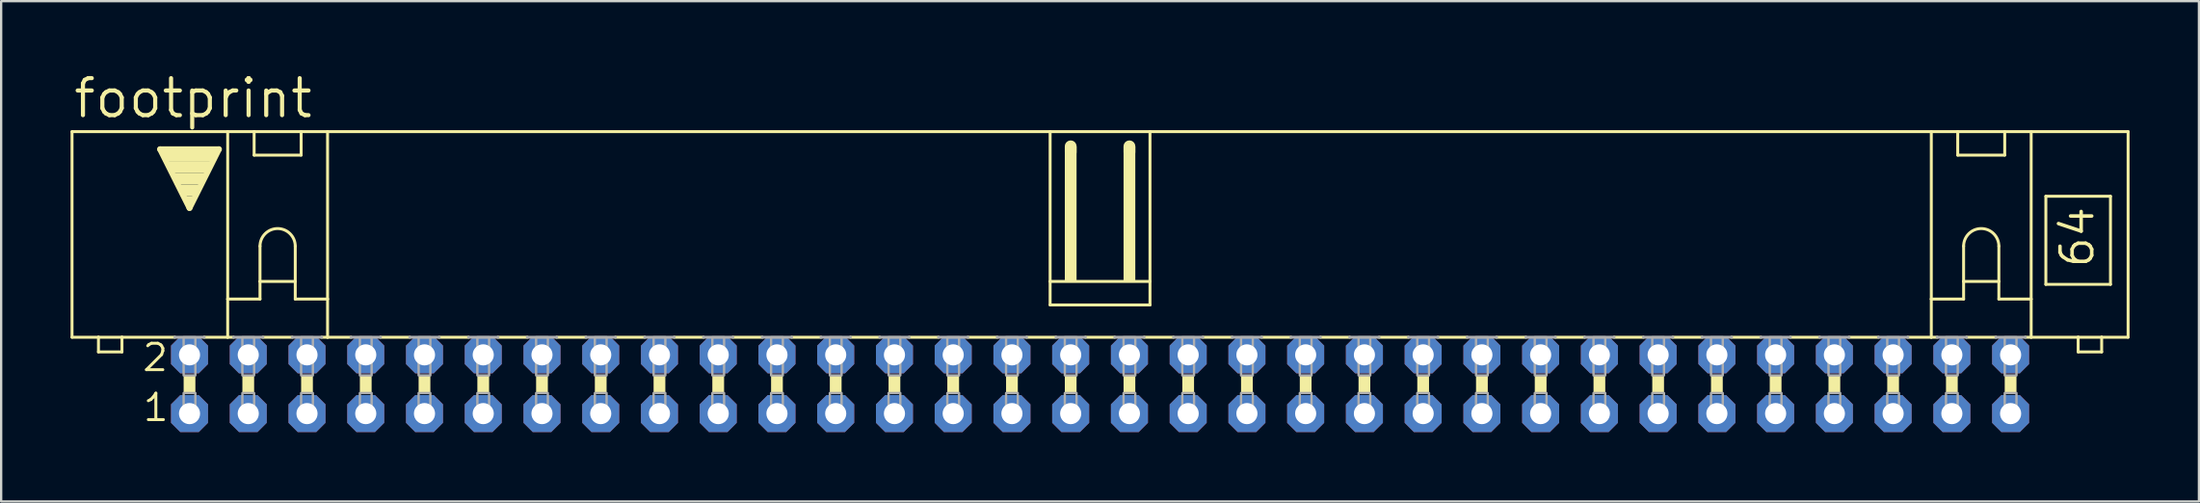
<source format=kicad_pcb>
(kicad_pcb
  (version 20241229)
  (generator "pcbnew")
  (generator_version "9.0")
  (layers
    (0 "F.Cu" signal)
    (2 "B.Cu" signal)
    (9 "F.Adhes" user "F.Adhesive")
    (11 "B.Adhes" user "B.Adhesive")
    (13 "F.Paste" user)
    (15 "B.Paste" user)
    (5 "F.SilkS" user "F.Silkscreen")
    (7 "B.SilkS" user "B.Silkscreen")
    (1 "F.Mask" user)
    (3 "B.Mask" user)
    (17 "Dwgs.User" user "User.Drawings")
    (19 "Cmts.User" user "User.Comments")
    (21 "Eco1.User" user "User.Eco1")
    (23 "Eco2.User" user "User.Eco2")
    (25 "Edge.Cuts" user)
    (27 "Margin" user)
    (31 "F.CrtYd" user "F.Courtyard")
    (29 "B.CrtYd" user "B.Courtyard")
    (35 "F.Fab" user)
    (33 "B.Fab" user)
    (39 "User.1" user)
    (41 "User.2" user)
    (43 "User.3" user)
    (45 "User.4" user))
  (footprint "footprint"
    (layer "F.Cu")
    (at 44.514 13.564)
    (property "Reference" "footprint" (at -44.475 -11.43 0) (layer "F.SilkS") (effects (font (size 1.6 1.6) (thickness 0.178)) (justify left bottom)))
    (fp_line (start -44.45 -2.032) (end -44.45 -10.922) (stroke (width 0.127) (type solid)) (layer "F.SilkS"))
    (fp_line (start -44.45 -2.032) (end -43.307 -2.032) (stroke (width 0.127) (type solid)) (layer "F.SilkS"))
    (fp_line (start -43.307 -2.032) (end -43.307 -1.397) (stroke (width 0.127) (type solid)) (layer "F.SilkS"))
    (fp_line (start -43.307 -2.032) (end -42.291 -2.032) (stroke (width 0.127) (type solid)) (layer "F.SilkS"))
    (fp_line (start -42.291 -2.032) (end -40.005 -2.032) (stroke (width 0.127) (type solid)) (layer "F.SilkS"))
    (fp_line (start -42.291 -1.397) (end -43.307 -1.397) (stroke (width 0.127) (type solid)) (layer "F.SilkS"))
    (fp_line (start -42.291 -1.397) (end -42.291 -2.032) (stroke (width 0.127) (type solid)) (layer "F.SilkS"))
    (fp_line (start -40.64 -10.16) (end -38.1 -10.16) (stroke (width 0.254) (type solid)) (layer "F.SilkS"))
    (fp_line (start -39.37 -7.62) (end -40.64 -10.16) (stroke (width 0.254) (type solid)) (layer "F.SilkS"))
    (fp_line (start -38.735 -2.032) (end -37.719 -2.032) (stroke (width 0.127) (type solid)) (layer "F.SilkS"))
    (fp_line (start -38.1 -10.16) (end -39.37 -7.62) (stroke (width 0.254) (type solid)) (layer "F.SilkS"))
    (fp_line (start -37.719 -10.922) (end -44.45 -10.922) (stroke (width 0.127) (type solid)) (layer "F.SilkS"))
    (fp_line (start -37.719 -10.922) (end -36.576 -10.922) (stroke (width 0.127) (type solid)) (layer "F.SilkS"))
    (fp_line (start -37.719 -3.683) (end -37.719 -10.922) (stroke (width 0.127) (type solid)) (layer "F.SilkS"))
    (fp_line (start -37.719 -3.683) (end -37.719 -2.032) (stroke (width 0.127) (type solid)) (layer "F.SilkS"))
    (fp_line (start -37.719 -3.683) (end -36.322 -3.683) (stroke (width 0.127) (type solid)) (layer "F.SilkS"))
    (fp_line (start -37.719 -2.032) (end -37.465 -2.032) (stroke (width 0.127) (type solid)) (layer "F.SilkS"))
    (fp_line (start -36.576 -10.922) (end -34.544 -10.922) (stroke (width 0.127) (type solid)) (layer "F.SilkS"))
    (fp_line (start -36.576 -9.906) (end -36.576 -10.922) (stroke (width 0.127) (type solid)) (layer "F.SilkS"))
    (fp_line (start -36.576 -9.906) (end -34.544 -9.906) (stroke (width 0.127) (type solid)) (layer "F.SilkS"))
    (fp_line (start -36.322 -5.969) (end -36.322 -4.445) (stroke (width 0.127) (type solid)) (layer "F.SilkS"))
    (fp_line (start -36.322 -4.445) (end -36.322 -3.683) (stroke (width 0.127) (type solid)) (layer "F.SilkS"))
    (fp_line (start -36.322 -4.445) (end -34.798 -4.445) (stroke (width 0.127) (type solid)) (layer "F.SilkS"))
    (fp_line (start -36.195 -2.032) (end -34.925 -2.032) (stroke (width 0.127) (type solid)) (layer "F.SilkS"))
    (fp_line (start -34.798 -5.969) (end -34.798 -4.445) (stroke (width 0.127) (type solid)) (layer "F.SilkS"))
    (fp_line (start -34.798 -4.445) (end -34.798 -3.683) (stroke (width 0.127) (type solid)) (layer "F.SilkS"))
    (fp_line (start -34.798 -3.683) (end -33.401 -3.683) (stroke (width 0.127) (type solid)) (layer "F.SilkS"))
    (fp_line (start -34.544 -10.922) (end -34.544 -9.906) (stroke (width 0.127) (type solid)) (layer "F.SilkS"))
    (fp_line (start -34.544 -10.922) (end -33.401 -10.922) (stroke (width 0.127) (type solid)) (layer "F.SilkS"))
    (fp_line (start -33.401 -10.922) (end -2.159 -10.922) (stroke (width 0.127) (type solid)) (layer "F.SilkS"))
    (fp_line (start -33.401 -3.683) (end -33.401 -10.922) (stroke (width 0.127) (type solid)) (layer "F.SilkS"))
    (fp_line (start -33.401 -3.683) (end -33.401 -2.032) (stroke (width 0.127) (type solid)) (layer "F.SilkS"))
    (fp_line (start -33.401 -2.032) (end -33.655 -2.032) (stroke (width 0.127) (type solid)) (layer "F.SilkS"))
    (fp_line (start -33.401 -2.032) (end -32.385 -2.032) (stroke (width 0.127) (type solid)) (layer "F.SilkS"))
    (fp_line (start -31.115 -2.032) (end -29.845 -2.032) (stroke (width 0.127) (type solid)) (layer "F.SilkS"))
    (fp_line (start -28.575 -2.032) (end -27.305 -2.032) (stroke (width 0.127) (type solid)) (layer "F.SilkS"))
    (fp_line (start -26.035 -2.032) (end -24.765 -2.032) (stroke (width 0.127) (type solid)) (layer "F.SilkS"))
    (fp_line (start -23.495 -2.032) (end -22.225 -2.032) (stroke (width 0.127) (type solid)) (layer "F.SilkS"))
    (fp_line (start -20.955 -2.032) (end -19.685 -2.032) (stroke (width 0.127) (type solid)) (layer "F.SilkS"))
    (fp_line (start -18.415 -2.032) (end -17.145 -2.032) (stroke (width 0.127) (type solid)) (layer "F.SilkS"))
    (fp_line (start -15.875 -2.032) (end -14.605 -2.032) (stroke (width 0.127) (type solid)) (layer "F.SilkS"))
    (fp_line (start -13.335 -2.032) (end -12.065 -2.032) (stroke (width 0.127) (type solid)) (layer "F.SilkS"))
    (fp_line (start -10.795 -2.032) (end -9.525 -2.032) (stroke (width 0.127) (type solid)) (layer "F.SilkS"))
    (fp_line (start -8.255 -2.032) (end -6.985 -2.032) (stroke (width 0.127) (type solid)) (layer "F.SilkS"))
    (fp_line (start -5.715 -2.032) (end -4.445 -2.032) (stroke (width 0.127) (type solid)) (layer "F.SilkS"))
    (fp_line (start -3.175 -2.032) (end -1.905 -2.032) (stroke (width 0.127) (type solid)) (layer "F.SilkS"))
    (fp_line (start -2.159 -10.922) (end -2.159 -4.445) (stroke (width 0.127) (type solid)) (layer "F.SilkS"))
    (fp_line (start -2.159 -10.922) (end 2.159 -10.922) (stroke (width 0.127) (type solid)) (layer "F.SilkS"))
    (fp_line (start -2.159 -4.445) (end -2.159 -3.429) (stroke (width 0.127) (type solid)) (layer "F.SilkS"))
    (fp_line (start -1.27 -10.033) (end -1.27 -10.287) (stroke (width 0.508) (type solid)) (layer "F.SilkS"))
    (fp_line (start -0.635 -2.032) (end 0.635 -2.032) (stroke (width 0.127) (type solid)) (layer "F.SilkS"))
    (fp_line (start 1.27 -10.033) (end 1.27 -10.287) (stroke (width 0.508) (type solid)) (layer "F.SilkS"))
    (fp_line (start 1.905 -2.032) (end 3.175 -2.032) (stroke (width 0.127) (type solid)) (layer "F.SilkS"))
    (fp_line (start 2.159 -10.922) (end 2.159 -4.445) (stroke (width 0.127) (type solid)) (layer "F.SilkS"))
    (fp_line (start 2.159 -10.922) (end 35.941 -10.922) (stroke (width 0.127) (type solid)) (layer "F.SilkS"))
    (fp_line (start 2.159 -4.445) (end -2.159 -4.445) (stroke (width 0.127) (type solid)) (layer "F.SilkS"))
    (fp_line (start 2.159 -4.445) (end 2.159 -3.429) (stroke (width 0.127) (type solid)) (layer "F.SilkS"))
    (fp_line (start 2.159 -3.429) (end -2.159 -3.429) (stroke (width 0.127) (type solid)) (layer "F.SilkS"))
    (fp_line (start 4.445 -2.032) (end 5.715 -2.032) (stroke (width 0.127) (type solid)) (layer "F.SilkS"))
    (fp_line (start 6.985 -2.032) (end 8.255 -2.032) (stroke (width 0.127) (type solid)) (layer "F.SilkS"))
    (fp_line (start 9.525 -2.032) (end 10.795 -2.032) (stroke (width 0.127) (type solid)) (layer "F.SilkS"))
    (fp_line (start 12.065 -2.032) (end 13.335 -2.032) (stroke (width 0.127) (type solid)) (layer "F.SilkS"))
    (fp_line (start 14.605 -2.032) (end 15.875 -2.032) (stroke (width 0.127) (type solid)) (layer "F.SilkS"))
    (fp_line (start 17.145 -2.032) (end 18.415 -2.032) (stroke (width 0.127) (type solid)) (layer "F.SilkS"))
    (fp_line (start 19.685 -2.032) (end 20.955 -2.032) (stroke (width 0.127) (type solid)) (layer "F.SilkS"))
    (fp_line (start 22.225 -2.032) (end 23.495 -2.032) (stroke (width 0.127) (type solid)) (layer "F.SilkS"))
    (fp_line (start 24.765 -2.032) (end 26.035 -2.032) (stroke (width 0.127) (type solid)) (layer "F.SilkS"))
    (fp_line (start 27.305 -2.032) (end 28.575 -2.032) (stroke (width 0.127) (type solid)) (layer "F.SilkS"))
    (fp_line (start 29.845 -2.032) (end 31.115 -2.032) (stroke (width 0.127) (type solid)) (layer "F.SilkS"))
    (fp_line (start 32.385 -2.032) (end 33.655 -2.032) (stroke (width 0.127) (type solid)) (layer "F.SilkS"))
    (fp_line (start 34.925 -2.032) (end 35.941 -2.032) (stroke (width 0.127) (type solid)) (layer "F.SilkS"))
    (fp_line (start 35.941 -10.922) (end 44.45 -10.922) (stroke (width 0.127) (type solid)) (layer "F.SilkS"))
    (fp_line (start 35.941 -3.683) (end 35.941 -10.922) (stroke (width 0.127) (type solid)) (layer "F.SilkS"))
    (fp_line (start 35.941 -3.683) (end 35.941 -2.032) (stroke (width 0.127) (type solid)) (layer "F.SilkS"))
    (fp_line (start 35.941 -3.683) (end 37.338 -3.683) (stroke (width 0.127) (type solid)) (layer "F.SilkS"))
    (fp_line (start 35.941 -2.032) (end 36.195 -2.032) (stroke (width 0.127) (type solid)) (layer "F.SilkS"))
    (fp_line (start 37.084 -9.906) (end 37.084 -10.922) (stroke (width 0.127) (type solid)) (layer "F.SilkS"))
    (fp_line (start 37.084 -9.906) (end 39.116 -9.906) (stroke (width 0.127) (type solid)) (layer "F.SilkS"))
    (fp_line (start 37.338 -5.969) (end 37.338 -4.445) (stroke (width 0.127) (type solid)) (layer "F.SilkS"))
    (fp_line (start 37.338 -4.445) (end 37.338 -3.683) (stroke (width 0.127) (type solid)) (layer "F.SilkS"))
    (fp_line (start 37.338 -4.445) (end 38.862 -4.445) (stroke (width 0.127) (type solid)) (layer "F.SilkS"))
    (fp_line (start 37.465 -2.032) (end 38.735 -2.032) (stroke (width 0.127) (type solid)) (layer "F.SilkS"))
    (fp_line (start 38.862 -5.969) (end 38.862 -4.445) (stroke (width 0.127) (type solid)) (layer "F.SilkS"))
    (fp_line (start 38.862 -4.445) (end 38.862 -3.683) (stroke (width 0.127) (type solid)) (layer "F.SilkS"))
    (fp_line (start 38.862 -3.683) (end 40.259 -3.683) (stroke (width 0.127) (type solid)) (layer "F.SilkS"))
    (fp_line (start 39.116 -10.922) (end 39.116 -9.906) (stroke (width 0.127) (type solid)) (layer "F.SilkS"))
    (fp_line (start 40.259 -3.683) (end 40.259 -10.922) (stroke (width 0.127) (type solid)) (layer "F.SilkS"))
    (fp_line (start 40.259 -3.683) (end 40.259 -2.032) (stroke (width 0.127) (type solid)) (layer "F.SilkS"))
    (fp_line (start 40.259 -2.032) (end 40.005 -2.032) (stroke (width 0.127) (type solid)) (layer "F.SilkS"))
    (fp_line (start 40.894 -8.128) (end 40.894 -4.318) (stroke (width 0.127) (type solid)) (layer "F.SilkS"))
    (fp_line (start 40.894 -8.128) (end 43.688 -8.128) (stroke (width 0.127) (type solid)) (layer "F.SilkS"))
    (fp_line (start 40.894 -4.318) (end 43.688 -4.318) (stroke (width 0.127) (type solid)) (layer "F.SilkS"))
    (fp_line (start 42.291 -2.032) (end 40.259 -2.032) (stroke (width 0.127) (type solid)) (layer "F.SilkS"))
    (fp_line (start 42.291 -2.032) (end 42.291 -1.397) (stroke (width 0.127) (type solid)) (layer "F.SilkS"))
    (fp_line (start 43.307 -2.032) (end 42.291 -2.032) (stroke (width 0.127) (type solid)) (layer "F.SilkS"))
    (fp_line (start 43.307 -1.397) (end 42.291 -1.397) (stroke (width 0.127) (type solid)) (layer "F.SilkS"))
    (fp_line (start 43.307 -1.397) (end 43.307 -2.032) (stroke (width 0.127) (type solid)) (layer "F.SilkS"))
    (fp_line (start 43.688 -4.318) (end 43.688 -8.128) (stroke (width 0.127) (type solid)) (layer "F.SilkS"))
    (fp_line (start 44.45 -2.032) (end 43.307 -2.032) (stroke (width 0.127) (type solid)) (layer "F.SilkS"))
    (fp_line (start 44.45 -2.032) (end 44.45 -10.922) (stroke (width 0.127) (type solid)) (layer "F.SilkS"))
    (fp_arc (start -36.322 -5.969) (mid -35.56 -6.731) (end -34.798 -5.969) (stroke (width 0.127) (type solid)) (layer "F.SilkS"))
    (fp_arc (start 37.338 -5.969) (mid 38.1 -6.731) (end 38.862 -5.969) (stroke (width 0.127) (type solid)) (layer "F.SilkS"))
    (fp_poly (pts (xy -40.513 -9.652) (xy -38.227 -9.652) (xy -38.227 -10.16) (xy -40.513 -10.16)) (stroke (width 0) (type solid)) (fill yes) (layer "F.SilkS"))
    (fp_poly (pts (xy -40.259 -9.144) (xy -38.481 -9.144) (xy -38.481 -9.652) (xy -40.259 -9.652)) (stroke (width 0) (type solid)) (fill yes) (layer "F.SilkS"))
    (fp_poly (pts (xy -40.005 -8.636) (xy -38.735 -8.636) (xy -38.735 -9.144) (xy -40.005 -9.144)) (stroke (width 0) (type solid)) (fill yes) (layer "F.SilkS"))
    (fp_poly (pts (xy -39.751 -8.128) (xy -38.989 -8.128) (xy -38.989 -8.636) (xy -39.751 -8.636)) (stroke (width 0) (type solid)) (fill yes) (layer "F.SilkS"))
    (fp_poly (pts (xy -39.624 0.381) (xy -39.116 0.381) (xy -39.116 -0.381) (xy -39.624 -0.381)) (stroke (width 0) (type solid)) (fill yes) (layer "F.SilkS"))
    (fp_poly (pts (xy -39.497 -7.874) (xy -39.243 -7.874) (xy -39.243 -8.128) (xy -39.497 -8.128)) (stroke (width 0) (type solid)) (fill yes) (layer "F.SilkS"))
    (fp_poly (pts (xy -37.084 0.381) (xy -36.576 0.381) (xy -36.576 -0.381) (xy -37.084 -0.381)) (stroke (width 0) (type solid)) (fill yes) (layer "F.SilkS"))
    (fp_poly (pts (xy -34.544 0.381) (xy -34.036 0.381) (xy -34.036 -0.381) (xy -34.544 -0.381)) (stroke (width 0) (type solid)) (fill yes) (layer "F.SilkS"))
    (fp_poly (pts (xy -32.004 0.381) (xy -31.496 0.381) (xy -31.496 -0.381) (xy -32.004 -0.381)) (stroke (width 0) (type solid)) (fill yes) (layer "F.SilkS"))
    (fp_poly (pts (xy -29.464 0.381) (xy -28.956 0.381) (xy -28.956 -0.381) (xy -29.464 -0.381)) (stroke (width 0) (type solid)) (fill yes) (layer "F.SilkS"))
    (fp_poly (pts (xy -26.924 0.381) (xy -26.416 0.381) (xy -26.416 -0.381) (xy -26.924 -0.381)) (stroke (width 0) (type solid)) (fill yes) (layer "F.SilkS"))
    (fp_poly (pts (xy -24.384 0.381) (xy -23.876 0.381) (xy -23.876 -0.381) (xy -24.384 -0.381)) (stroke (width 0) (type solid)) (fill yes) (layer "F.SilkS"))
    (fp_poly (pts (xy -21.844 0.381) (xy -21.336 0.381) (xy -21.336 -0.381) (xy -21.844 -0.381)) (stroke (width 0) (type solid)) (fill yes) (layer "F.SilkS"))
    (fp_poly (pts (xy -19.304 0.381) (xy -18.796 0.381) (xy -18.796 -0.381) (xy -19.304 -0.381)) (stroke (width 0) (type solid)) (fill yes) (layer "F.SilkS"))
    (fp_poly (pts (xy -16.764 0.381) (xy -16.256 0.381) (xy -16.256 -0.381) (xy -16.764 -0.381)) (stroke (width 0) (type solid)) (fill yes) (layer "F.SilkS"))
    (fp_poly (pts (xy -14.224 0.381) (xy -13.716 0.381) (xy -13.716 -0.381) (xy -14.224 -0.381)) (stroke (width 0) (type solid)) (fill yes) (layer "F.SilkS"))
    (fp_poly (pts (xy -11.684 0.381) (xy -11.176 0.381) (xy -11.176 -0.381) (xy -11.684 -0.381)) (stroke (width 0) (type solid)) (fill yes) (layer "F.SilkS"))
    (fp_poly (pts (xy -9.144 0.381) (xy -8.636 0.381) (xy -8.636 -0.381) (xy -9.144 -0.381)) (stroke (width 0) (type solid)) (fill yes) (layer "F.SilkS"))
    (fp_poly (pts (xy -6.604 0.381) (xy -6.096 0.381) (xy -6.096 -0.381) (xy -6.604 -0.381)) (stroke (width 0) (type solid)) (fill yes) (layer "F.SilkS"))
    (fp_poly (pts (xy -4.064 0.381) (xy -3.556 0.381) (xy -3.556 -0.381) (xy -4.064 -0.381)) (stroke (width 0) (type solid)) (fill yes) (layer "F.SilkS"))
    (fp_poly (pts (xy -1.524 -4.445) (xy -1.016 -4.445) (xy -1.016 -10.287) (xy -1.524 -10.287)) (stroke (width 0) (type solid)) (fill yes) (layer "F.SilkS"))
    (fp_poly (pts (xy -1.524 0.381) (xy -1.016 0.381) (xy -1.016 -0.381) (xy -1.524 -0.381)) (stroke (width 0) (type solid)) (fill yes) (layer "F.SilkS"))
    (fp_poly (pts (xy 1.016 -4.445) (xy 1.524 -4.445) (xy 1.524 -10.287) (xy 1.016 -10.287)) (stroke (width 0) (type solid)) (fill yes) (layer "F.SilkS"))
    (fp_poly (pts (xy 1.016 0.381) (xy 1.524 0.381) (xy 1.524 -0.381) (xy 1.016 -0.381)) (stroke (width 0) (type solid)) (fill yes) (layer "F.SilkS"))
    (fp_poly (pts (xy 3.556 0.381) (xy 4.064 0.381) (xy 4.064 -0.381) (xy 3.556 -0.381)) (stroke (width 0) (type solid)) (fill yes) (layer "F.SilkS"))
    (fp_poly (pts (xy 6.096 0.381) (xy 6.604 0.381) (xy 6.604 -0.381) (xy 6.096 -0.381)) (stroke (width 0) (type solid)) (fill yes) (layer "F.SilkS"))
    (fp_poly (pts (xy 8.636 0.381) (xy 9.144 0.381) (xy 9.144 -0.381) (xy 8.636 -0.381)) (stroke (width 0) (type solid)) (fill yes) (layer "F.SilkS"))
    (fp_poly (pts (xy 11.176 0.381) (xy 11.684 0.381) (xy 11.684 -0.381) (xy 11.176 -0.381)) (stroke (width 0) (type solid)) (fill yes) (layer "F.SilkS"))
    (fp_poly (pts (xy 13.716 0.381) (xy 14.224 0.381) (xy 14.224 -0.381) (xy 13.716 -0.381)) (stroke (width 0) (type solid)) (fill yes) (layer "F.SilkS"))
    (fp_poly (pts (xy 16.256 0.381) (xy 16.764 0.381) (xy 16.764 -0.381) (xy 16.256 -0.381)) (stroke (width 0) (type solid)) (fill yes) (layer "F.SilkS"))
    (fp_poly (pts (xy 18.796 0.381) (xy 19.304 0.381) (xy 19.304 -0.381) (xy 18.796 -0.381)) (stroke (width 0) (type solid)) (fill yes) (layer "F.SilkS"))
    (fp_poly (pts (xy 21.336 0.381) (xy 21.844 0.381) (xy 21.844 -0.381) (xy 21.336 -0.381)) (stroke (width 0) (type solid)) (fill yes) (layer "F.SilkS"))
    (fp_poly (pts (xy 23.876 0.381) (xy 24.384 0.381) (xy 24.384 -0.381) (xy 23.876 -0.381)) (stroke (width 0) (type solid)) (fill yes) (layer "F.SilkS"))
    (fp_poly (pts (xy 26.416 0.381) (xy 26.924 0.381) (xy 26.924 -0.381) (xy 26.416 -0.381)) (stroke (width 0) (type solid)) (fill yes) (layer "F.SilkS"))
    (fp_poly (pts (xy 28.956 0.381) (xy 29.464 0.381) (xy 29.464 -0.381) (xy 28.956 -0.381)) (stroke (width 0) (type solid)) (fill yes) (layer "F.SilkS"))
    (fp_poly (pts (xy 31.496 0.381) (xy 32.004 0.381) (xy 32.004 -0.381) (xy 31.496 -0.381)) (stroke (width 0) (type solid)) (fill yes) (layer "F.SilkS"))
    (fp_poly (pts (xy 34.036 0.381) (xy 34.544 0.381) (xy 34.544 -0.381) (xy 34.036 -0.381)) (stroke (width 0) (type solid)) (fill yes) (layer "F.SilkS"))
    (fp_poly (pts (xy 36.576 0.381) (xy 37.084 0.381) (xy 37.084 -0.381) (xy 36.576 -0.381)) (stroke (width 0) (type solid)) (fill yes) (layer "F.SilkS"))
    (fp_poly (pts (xy 39.116 0.381) (xy 39.624 0.381) (xy 39.624 -0.381) (xy 39.116 -0.381)) (stroke (width 0) (type solid)) (fill yes) (layer "F.SilkS"))
    (fp_line (start -40.005 -2.032) (end -38.735 -2.032) (stroke (width 0.127) (type solid)) (layer "F.Fab"))
    (fp_line (start -37.465 -2.032) (end -36.195 -2.032) (stroke (width 0.127) (type solid)) (layer "F.Fab"))
    (fp_line (start -34.925 -2.032) (end -33.655 -2.032) (stroke (width 0.127) (type solid)) (layer "F.Fab"))
    (fp_line (start -32.385 -2.032) (end -31.115 -2.032) (stroke (width 0.127) (type solid)) (layer "F.Fab"))
    (fp_line (start -29.845 -2.032) (end -28.575 -2.032) (stroke (width 0.127) (type solid)) (layer "F.Fab"))
    (fp_line (start -27.305 -2.032) (end -26.035 -2.032) (stroke (width 0.127) (type solid)) (layer "F.Fab"))
    (fp_line (start -24.765 -2.032) (end -23.495 -2.032) (stroke (width 0.127) (type solid)) (layer "F.Fab"))
    (fp_line (start -22.225 -2.032) (end -20.955 -2.032) (stroke (width 0.127) (type solid)) (layer "F.Fab"))
    (fp_line (start -19.685 -2.032) (end -18.415 -2.032) (stroke (width 0.127) (type solid)) (layer "F.Fab"))
    (fp_line (start -17.145 -2.032) (end -15.875 -2.032) (stroke (width 0.127) (type solid)) (layer "F.Fab"))
    (fp_line (start -14.605 -2.032) (end -13.335 -2.032) (stroke (width 0.127) (type solid)) (layer "F.Fab"))
    (fp_line (start -12.065 -2.032) (end -10.795 -2.032) (stroke (width 0.127) (type solid)) (layer "F.Fab"))
    (fp_line (start -9.525 -2.032) (end -8.255 -2.032) (stroke (width 0.127) (type solid)) (layer "F.Fab"))
    (fp_line (start -6.985 -2.032) (end -5.715 -2.032) (stroke (width 0.127) (type solid)) (layer "F.Fab"))
    (fp_line (start -4.445 -2.032) (end -3.175 -2.032) (stroke (width 0.127) (type solid)) (layer "F.Fab"))
    (fp_line (start -1.905 -2.032) (end -0.635 -2.032) (stroke (width 0.127) (type solid)) (layer "F.Fab"))
    (fp_line (start 0.635 -2.032) (end 1.905 -2.032) (stroke (width 0.127) (type solid)) (layer "F.Fab"))
    (fp_line (start 4.445 -2.032) (end 3.175 -2.032) (stroke (width 0.127) (type solid)) (layer "F.Fab"))
    (fp_line (start 6.985 -2.032) (end 5.715 -2.032) (stroke (width 0.127) (type solid)) (layer "F.Fab"))
    (fp_line (start 9.525 -2.032) (end 8.255 -2.032) (stroke (width 0.127) (type solid)) (layer "F.Fab"))
    (fp_line (start 12.065 -2.032) (end 10.795 -2.032) (stroke (width 0.127) (type solid)) (layer "F.Fab"))
    (fp_line (start 14.605 -2.032) (end 13.335 -2.032) (stroke (width 0.127) (type solid)) (layer "F.Fab"))
    (fp_line (start 17.145 -2.032) (end 15.875 -2.032) (stroke (width 0.127) (type solid)) (layer "F.Fab"))
    (fp_line (start 19.685 -2.032) (end 18.415 -2.032) (stroke (width 0.127) (type solid)) (layer "F.Fab"))
    (fp_line (start 22.225 -2.032) (end 20.955 -2.032) (stroke (width 0.127) (type solid)) (layer "F.Fab"))
    (fp_line (start 24.765 -2.032) (end 23.495 -2.032) (stroke (width 0.127) (type solid)) (layer "F.Fab"))
    (fp_line (start 27.305 -2.032) (end 26.035 -2.032) (stroke (width 0.127) (type solid)) (layer "F.Fab"))
    (fp_line (start 29.845 -2.032) (end 28.575 -2.032) (stroke (width 0.127) (type solid)) (layer "F.Fab"))
    (fp_line (start 32.385 -2.032) (end 31.115 -2.032) (stroke (width 0.127) (type solid)) (layer "F.Fab"))
    (fp_line (start 34.925 -2.032) (end 33.655 -2.032) (stroke (width 0.127) (type solid)) (layer "F.Fab"))
    (fp_line (start 37.465 -2.032) (end 36.195 -2.032) (stroke (width 0.127) (type solid)) (layer "F.Fab"))
    (fp_line (start 40.005 -2.032) (end 38.735 -2.032) (stroke (width 0.127) (type solid)) (layer "F.Fab"))
    (fp_poly (pts (xy -39.624 -0.381) (xy -39.116 -0.381) (xy -39.116 -2.032) (xy -39.624 -2.032)) (stroke (width 0.1) (type solid)) (fill no) (layer "F.Fab"))
    (fp_poly (pts (xy -39.624 1.524) (xy -39.116 1.524) (xy -39.116 0.381) (xy -39.624 0.381)) (stroke (width 0.1) (type solid)) (fill no) (layer "F.Fab"))
    (fp_poly (pts (xy -37.084 -0.381) (xy -36.576 -0.381) (xy -36.576 -2.032) (xy -37.084 -2.032)) (stroke (width 0.1) (type solid)) (fill no) (layer "F.Fab"))
    (fp_poly (pts (xy -37.084 1.524) (xy -36.576 1.524) (xy -36.576 0.381) (xy -37.084 0.381)) (stroke (width 0.1) (type solid)) (fill no) (layer "F.Fab"))
    (fp_poly (pts (xy -34.544 -0.381) (xy -34.036 -0.381) (xy -34.036 -2.032) (xy -34.544 -2.032)) (stroke (width 0.1) (type solid)) (fill no) (layer "F.Fab"))
    (fp_poly (pts (xy -34.544 1.524) (xy -34.036 1.524) (xy -34.036 0.381) (xy -34.544 0.381)) (stroke (width 0.1) (type solid)) (fill no) (layer "F.Fab"))
    (fp_poly (pts (xy -32.004 -0.381) (xy -31.496 -0.381) (xy -31.496 -2.032) (xy -32.004 -2.032)) (stroke (width 0.1) (type solid)) (fill no) (layer "F.Fab"))
    (fp_poly (pts (xy -32.004 1.524) (xy -31.496 1.524) (xy -31.496 0.381) (xy -32.004 0.381)) (stroke (width 0.1) (type solid)) (fill no) (layer "F.Fab"))
    (fp_poly (pts (xy -29.464 -0.381) (xy -28.956 -0.381) (xy -28.956 -2.032) (xy -29.464 -2.032)) (stroke (width 0.1) (type solid)) (fill no) (layer "F.Fab"))
    (fp_poly (pts (xy -29.464 1.524) (xy -28.956 1.524) (xy -28.956 0.381) (xy -29.464 0.381)) (stroke (width 0.1) (type solid)) (fill no) (layer "F.Fab"))
    (fp_poly (pts (xy -26.924 -0.381) (xy -26.416 -0.381) (xy -26.416 -2.032) (xy -26.924 -2.032)) (stroke (width 0.1) (type solid)) (fill no) (layer "F.Fab"))
    (fp_poly (pts (xy -26.924 1.524) (xy -26.416 1.524) (xy -26.416 0.381) (xy -26.924 0.381)) (stroke (width 0.1) (type solid)) (fill no) (layer "F.Fab"))
    (fp_poly (pts (xy -24.384 -0.381) (xy -23.876 -0.381) (xy -23.876 -2.032) (xy -24.384 -2.032)) (stroke (width 0.1) (type solid)) (fill no) (layer "F.Fab"))
    (fp_poly (pts (xy -24.384 1.524) (xy -23.876 1.524) (xy -23.876 0.381) (xy -24.384 0.381)) (stroke (width 0.1) (type solid)) (fill no) (layer "F.Fab"))
    (fp_poly (pts (xy -21.844 -0.381) (xy -21.336 -0.381) (xy -21.336 -2.032) (xy -21.844 -2.032)) (stroke (width 0.1) (type solid)) (fill no) (layer "F.Fab"))
    (fp_poly (pts (xy -21.844 1.524) (xy -21.336 1.524) (xy -21.336 0.381) (xy -21.844 0.381)) (stroke (width 0.1) (type solid)) (fill no) (layer "F.Fab"))
    (fp_poly (pts (xy -19.304 -0.381) (xy -18.796 -0.381) (xy -18.796 -2.032) (xy -19.304 -2.032)) (stroke (width 0.1) (type solid)) (fill no) (layer "F.Fab"))
    (fp_poly (pts (xy -19.304 1.524) (xy -18.796 1.524) (xy -18.796 0.381) (xy -19.304 0.381)) (stroke (width 0.1) (type solid)) (fill no) (layer "F.Fab"))
    (fp_poly (pts (xy -16.764 -0.381) (xy -16.256 -0.381) (xy -16.256 -2.032) (xy -16.764 -2.032)) (stroke (width 0.1) (type solid)) (fill no) (layer "F.Fab"))
    (fp_poly (pts (xy -16.764 1.524) (xy -16.256 1.524) (xy -16.256 0.381) (xy -16.764 0.381)) (stroke (width 0.1) (type solid)) (fill no) (layer "F.Fab"))
    (fp_poly (pts (xy -14.224 -0.381) (xy -13.716 -0.381) (xy -13.716 -2.032) (xy -14.224 -2.032)) (stroke (width 0.1) (type solid)) (fill no) (layer "F.Fab"))
    (fp_poly (pts (xy -14.224 1.524) (xy -13.716 1.524) (xy -13.716 0.381) (xy -14.224 0.381)) (stroke (width 0.1) (type solid)) (fill no) (layer "F.Fab"))
    (fp_poly (pts (xy -11.684 -0.381) (xy -11.176 -0.381) (xy -11.176 -2.032) (xy -11.684 -2.032)) (stroke (width 0.1) (type solid)) (fill no) (layer "F.Fab"))
    (fp_poly (pts (xy -11.684 1.524) (xy -11.176 1.524) (xy -11.176 0.381) (xy -11.684 0.381)) (stroke (width 0.1) (type solid)) (fill no) (layer "F.Fab"))
    (fp_poly (pts (xy -9.144 -0.381) (xy -8.636 -0.381) (xy -8.636 -2.032) (xy -9.144 -2.032)) (stroke (width 0.1) (type solid)) (fill no) (layer "F.Fab"))
    (fp_poly (pts (xy -9.144 1.524) (xy -8.636 1.524) (xy -8.636 0.381) (xy -9.144 0.381)) (stroke (width 0.1) (type solid)) (fill no) (layer "F.Fab"))
    (fp_poly (pts (xy -6.604 -0.381) (xy -6.096 -0.381) (xy -6.096 -2.032) (xy -6.604 -2.032)) (stroke (width 0.1) (type solid)) (fill no) (layer "F.Fab"))
    (fp_poly (pts (xy -6.604 1.524) (xy -6.096 1.524) (xy -6.096 0.381) (xy -6.604 0.381)) (stroke (width 0.1) (type solid)) (fill no) (layer "F.Fab"))
    (fp_poly (pts (xy -4.064 -0.381) (xy -3.556 -0.381) (xy -3.556 -2.032) (xy -4.064 -2.032)) (stroke (width 0.1) (type solid)) (fill no) (layer "F.Fab"))
    (fp_poly (pts (xy -4.064 1.524) (xy -3.556 1.524) (xy -3.556 0.381) (xy -4.064 0.381)) (stroke (width 0.1) (type solid)) (fill no) (layer "F.Fab"))
    (fp_poly (pts (xy -1.524 -0.381) (xy -1.016 -0.381) (xy -1.016 -2.032) (xy -1.524 -2.032)) (stroke (width 0.1) (type solid)) (fill no) (layer "F.Fab"))
    (fp_poly (pts (xy -1.524 1.524) (xy -1.016 1.524) (xy -1.016 0.381) (xy -1.524 0.381)) (stroke (width 0.1) (type solid)) (fill no) (layer "F.Fab"))
    (fp_poly (pts (xy 1.016 -0.381) (xy 1.524 -0.381) (xy 1.524 -2.032) (xy 1.016 -2.032)) (stroke (width 0.1) (type solid)) (fill no) (layer "F.Fab"))
    (fp_poly (pts (xy 1.016 1.524) (xy 1.524 1.524) (xy 1.524 0.381) (xy 1.016 0.381)) (stroke (width 0.1) (type solid)) (fill no) (layer "F.Fab"))
    (fp_poly (pts (xy 3.556 -0.381) (xy 4.064 -0.381) (xy 4.064 -2.032) (xy 3.556 -2.032)) (stroke (width 0.1) (type solid)) (fill no) (layer "F.Fab"))
    (fp_poly (pts (xy 3.556 1.524) (xy 4.064 1.524) (xy 4.064 0.381) (xy 3.556 0.381)) (stroke (width 0.1) (type solid)) (fill no) (layer "F.Fab"))
    (fp_poly (pts (xy 6.096 -0.381) (xy 6.604 -0.381) (xy 6.604 -2.032) (xy 6.096 -2.032)) (stroke (width 0.1) (type solid)) (fill no) (layer "F.Fab"))
    (fp_poly (pts (xy 6.096 1.524) (xy 6.604 1.524) (xy 6.604 0.381) (xy 6.096 0.381)) (stroke (width 0.1) (type solid)) (fill no) (layer "F.Fab"))
    (fp_poly (pts (xy 8.636 -0.381) (xy 9.144 -0.381) (xy 9.144 -2.032) (xy 8.636 -2.032)) (stroke (width 0.1) (type solid)) (fill no) (layer "F.Fab"))
    (fp_poly (pts (xy 8.636 1.524) (xy 9.144 1.524) (xy 9.144 0.381) (xy 8.636 0.381)) (stroke (width 0.1) (type solid)) (fill no) (layer "F.Fab"))
    (fp_poly (pts (xy 11.176 -0.381) (xy 11.684 -0.381) (xy 11.684 -2.032) (xy 11.176 -2.032)) (stroke (width 0.1) (type solid)) (fill no) (layer "F.Fab"))
    (fp_poly (pts (xy 11.176 1.524) (xy 11.684 1.524) (xy 11.684 0.381) (xy 11.176 0.381)) (stroke (width 0.1) (type solid)) (fill no) (layer "F.Fab"))
    (fp_poly (pts (xy 13.716 -0.381) (xy 14.224 -0.381) (xy 14.224 -2.032) (xy 13.716 -2.032)) (stroke (width 0.1) (type solid)) (fill no) (layer "F.Fab"))
    (fp_poly (pts (xy 13.716 1.524) (xy 14.224 1.524) (xy 14.224 0.381) (xy 13.716 0.381)) (stroke (width 0.1) (type solid)) (fill no) (layer "F.Fab"))
    (fp_poly (pts (xy 16.256 -0.381) (xy 16.764 -0.381) (xy 16.764 -2.032) (xy 16.256 -2.032)) (stroke (width 0.1) (type solid)) (fill no) (layer "F.Fab"))
    (fp_poly (pts (xy 16.256 1.524) (xy 16.764 1.524) (xy 16.764 0.381) (xy 16.256 0.381)) (stroke (width 0.1) (type solid)) (fill no) (layer "F.Fab"))
    (fp_poly (pts (xy 18.796 -0.381) (xy 19.304 -0.381) (xy 19.304 -2.032) (xy 18.796 -2.032)) (stroke (width 0.1) (type solid)) (fill no) (layer "F.Fab"))
    (fp_poly (pts (xy 18.796 1.524) (xy 19.304 1.524) (xy 19.304 0.381) (xy 18.796 0.381)) (stroke (width 0.1) (type solid)) (fill no) (layer "F.Fab"))
    (fp_poly (pts (xy 21.336 -0.381) (xy 21.844 -0.381) (xy 21.844 -2.032) (xy 21.336 -2.032)) (stroke (width 0.1) (type solid)) (fill no) (layer "F.Fab"))
    (fp_poly (pts (xy 21.336 1.524) (xy 21.844 1.524) (xy 21.844 0.381) (xy 21.336 0.381)) (stroke (width 0.1) (type solid)) (fill no) (layer "F.Fab"))
    (fp_poly (pts (xy 23.876 -0.381) (xy 24.384 -0.381) (xy 24.384 -2.032) (xy 23.876 -2.032)) (stroke (width 0.1) (type solid)) (fill no) (layer "F.Fab"))
    (fp_poly (pts (xy 23.876 1.524) (xy 24.384 1.524) (xy 24.384 0.381) (xy 23.876 0.381)) (stroke (width 0.1) (type solid)) (fill no) (layer "F.Fab"))
    (fp_poly (pts (xy 26.416 -0.381) (xy 26.924 -0.381) (xy 26.924 -2.032) (xy 26.416 -2.032)) (stroke (width 0.1) (type solid)) (fill no) (layer "F.Fab"))
    (fp_poly (pts (xy 26.416 1.524) (xy 26.924 1.524) (xy 26.924 0.381) (xy 26.416 0.381)) (stroke (width 0.1) (type solid)) (fill no) (layer "F.Fab"))
    (fp_poly (pts (xy 28.956 -0.381) (xy 29.464 -0.381) (xy 29.464 -2.032) (xy 28.956 -2.032)) (stroke (width 0.1) (type solid)) (fill no) (layer "F.Fab"))
    (fp_poly (pts (xy 28.956 1.524) (xy 29.464 1.524) (xy 29.464 0.381) (xy 28.956 0.381)) (stroke (width 0.1) (type solid)) (fill no) (layer "F.Fab"))
    (fp_poly (pts (xy 31.496 -0.381) (xy 32.004 -0.381) (xy 32.004 -2.032) (xy 31.496 -2.032)) (stroke (width 0.1) (type solid)) (fill no) (layer "F.Fab"))
    (fp_poly (pts (xy 31.496 1.524) (xy 32.004 1.524) (xy 32.004 0.381) (xy 31.496 0.381)) (stroke (width 0.1) (type solid)) (fill no) (layer "F.Fab"))
    (fp_poly (pts (xy 34.036 -0.381) (xy 34.544 -0.381) (xy 34.544 -2.032) (xy 34.036 -2.032)) (stroke (width 0.1) (type solid)) (fill no) (layer "F.Fab"))
    (fp_poly (pts (xy 34.036 1.524) (xy 34.544 1.524) (xy 34.544 0.381) (xy 34.036 0.381)) (stroke (width 0.1) (type solid)) (fill no) (layer "F.Fab"))
    (fp_poly (pts (xy 36.576 -0.381) (xy 37.084 -0.381) (xy 37.084 -2.032) (xy 36.576 -2.032)) (stroke (width 0.1) (type solid)) (fill no) (layer "F.Fab"))
    (fp_poly (pts (xy 36.576 1.524) (xy 37.084 1.524) (xy 37.084 0.381) (xy 36.576 0.381)) (stroke (width 0.1) (type solid)) (fill no) (layer "F.Fab"))
    (fp_poly (pts (xy 39.116 -0.381) (xy 39.624 -0.381) (xy 39.624 -2.032) (xy 39.116 -2.032)) (stroke (width 0.1) (type solid)) (fill no) (layer "F.Fab"))
    (fp_poly (pts (xy 39.116 1.524) (xy 39.624 1.524) (xy 39.624 0.381) (xy 39.116 0.381)) (stroke (width 0.1) (type solid)) (fill no) (layer "F.Fab"))
    (fp_text user "2" (at -41.478 -0.483 0) (layer "F.SilkS") (effects (font (size 1.143 1.143) (thickness 0.127)) (justify left bottom)))
    (fp_text user "1" (at -41.453 1.676 0) (layer "F.SilkS") (effects (font (size 1.143 1.143) (thickness 0.127)) (justify left bottom)))
    (fp_text user "64" (at 43.053 -4.953 90) (layer "F.SilkS") (effects (font (size 1.372 1.372) (thickness 0.152)) (justify left bottom)))
    (pad "1" thru_hole roundrect (at -39.37 1.27) (size 1.6 1.6) (drill 0.914) (layers "*.Cu" "*.Mask") (roundrect_rratio 0.25) (chamfer_ratio 0.25) (chamfer top_left top_right bottom_left bottom_right))
    (pad "2" thru_hole roundrect (at -39.37 -1.27) (size 1.6 1.6) (drill 0.914) (layers "*.Cu" "*.Mask") (roundrect_rratio 0.25) (chamfer_ratio 0.25) (chamfer top_left top_right bottom_left bottom_right))
    (pad "3" thru_hole roundrect (at -36.83 1.27) (size 1.6 1.6) (drill 0.914) (layers "*.Cu" "*.Mask") (roundrect_rratio 0.25) (chamfer_ratio 0.25) (chamfer top_left top_right bottom_left bottom_right))
    (pad "4" thru_hole roundrect (at -36.83 -1.27) (size 1.6 1.6) (drill 0.914) (layers "*.Cu" "*.Mask") (roundrect_rratio 0.25) (chamfer_ratio 0.25) (chamfer top_left top_right bottom_left bottom_right))
    (pad "5" thru_hole roundrect (at -34.29 1.27) (size 1.6 1.6) (drill 0.914) (layers "*.Cu" "*.Mask") (roundrect_rratio 0.25) (chamfer_ratio 0.25) (chamfer top_left top_right bottom_left bottom_right))
    (pad "6" thru_hole roundrect (at -34.29 -1.27) (size 1.6 1.6) (drill 0.914) (layers "*.Cu" "*.Mask") (roundrect_rratio 0.25) (chamfer_ratio 0.25) (chamfer top_left top_right bottom_left bottom_right))
    (pad "7" thru_hole roundrect (at -31.75 1.27) (size 1.6 1.6) (drill 0.914) (layers "*.Cu" "*.Mask") (roundrect_rratio 0.25) (chamfer_ratio 0.25) (chamfer top_left top_right bottom_left bottom_right))
    (pad "8" thru_hole roundrect (at -31.75 -1.27) (size 1.6 1.6) (drill 0.914) (layers "*.Cu" "*.Mask") (roundrect_rratio 0.25) (chamfer_ratio 0.25) (chamfer top_left top_right bottom_left bottom_right))
    (pad "9" thru_hole roundrect (at -29.21 1.27) (size 1.6 1.6) (drill 0.914) (layers "*.Cu" "*.Mask") (roundrect_rratio 0.25) (chamfer_ratio 0.25) (chamfer top_left top_right bottom_left bottom_right))
    (pad "10" thru_hole roundrect (at -29.21 -1.27) (size 1.6 1.6) (drill 0.914) (layers "*.Cu" "*.Mask") (roundrect_rratio 0.25) (chamfer_ratio 0.25) (chamfer top_left top_right bottom_left bottom_right))
    (pad "11" thru_hole roundrect (at -26.67 1.27) (size 1.6 1.6) (drill 0.914) (layers "*.Cu" "*.Mask") (roundrect_rratio 0.25) (chamfer_ratio 0.25) (chamfer top_left top_right bottom_left bottom_right))
    (pad "12" thru_hole roundrect (at -26.67 -1.27) (size 1.6 1.6) (drill 0.914) (layers "*.Cu" "*.Mask") (roundrect_rratio 0.25) (chamfer_ratio 0.25) (chamfer top_left top_right bottom_left bottom_right))
    (pad "13" thru_hole roundrect (at -24.13 1.27) (size 1.6 1.6) (drill 0.914) (layers "*.Cu" "*.Mask") (roundrect_rratio 0.25) (chamfer_ratio 0.25) (chamfer top_left top_right bottom_left bottom_right))
    (pad "14" thru_hole roundrect (at -24.13 -1.27) (size 1.6 1.6) (drill 0.914) (layers "*.Cu" "*.Mask") (roundrect_rratio 0.25) (chamfer_ratio 0.25) (chamfer top_left top_right bottom_left bottom_right))
    (pad "15" thru_hole roundrect (at -21.59 1.27) (size 1.6 1.6) (drill 0.914) (layers "*.Cu" "*.Mask") (roundrect_rratio 0.25) (chamfer_ratio 0.25) (chamfer top_left top_right bottom_left bottom_right))
    (pad "16" thru_hole roundrect (at -21.59 -1.27) (size 1.6 1.6) (drill 0.914) (layers "*.Cu" "*.Mask") (roundrect_rratio 0.25) (chamfer_ratio 0.25) (chamfer top_left top_right bottom_left bottom_right))
    (pad "17" thru_hole roundrect (at -19.05 1.27) (size 1.6 1.6) (drill 0.914) (layers "*.Cu" "*.Mask") (roundrect_rratio 0.25) (chamfer_ratio 0.25) (chamfer top_left top_right bottom_left bottom_right))
    (pad "18" thru_hole roundrect (at -19.05 -1.27) (size 1.6 1.6) (drill 0.914) (layers "*.Cu" "*.Mask") (roundrect_rratio 0.25) (chamfer_ratio 0.25) (chamfer top_left top_right bottom_left bottom_right))
    (pad "19" thru_hole roundrect (at -16.51 1.27) (size 1.6 1.6) (drill 0.914) (layers "*.Cu" "*.Mask") (roundrect_rratio 0.25) (chamfer_ratio 0.25) (chamfer top_left top_right bottom_left bottom_right))
    (pad "20" thru_hole roundrect (at -16.51 -1.27) (size 1.6 1.6) (drill 0.914) (layers "*.Cu" "*.Mask") (roundrect_rratio 0.25) (chamfer_ratio 0.25) (chamfer top_left top_right bottom_left bottom_right))
    (pad "21" thru_hole roundrect (at -13.97 1.27) (size 1.6 1.6) (drill 0.914) (layers "*.Cu" "*.Mask") (roundrect_rratio 0.25) (chamfer_ratio 0.25) (chamfer top_left top_right bottom_left bottom_right))
    (pad "22" thru_hole roundrect (at -13.97 -1.27) (size 1.6 1.6) (drill 0.914) (layers "*.Cu" "*.Mask") (roundrect_rratio 0.25) (chamfer_ratio 0.25) (chamfer top_left top_right bottom_left bottom_right))
    (pad "23" thru_hole roundrect (at -11.43 1.27) (size 1.6 1.6) (drill 0.914) (layers "*.Cu" "*.Mask") (roundrect_rratio 0.25) (chamfer_ratio 0.25) (chamfer top_left top_right bottom_left bottom_right))
    (pad "24" thru_hole roundrect (at -11.43 -1.27) (size 1.6 1.6) (drill 0.914) (layers "*.Cu" "*.Mask") (roundrect_rratio 0.25) (chamfer_ratio 0.25) (chamfer top_left top_right bottom_left bottom_right))
    (pad "25" thru_hole roundrect (at -8.89 1.27) (size 1.6 1.6) (drill 0.914) (layers "*.Cu" "*.Mask") (roundrect_rratio 0.25) (chamfer_ratio 0.25) (chamfer top_left top_right bottom_left bottom_right))
    (pad "26" thru_hole roundrect (at -8.89 -1.27) (size 1.6 1.6) (drill 0.914) (layers "*.Cu" "*.Mask") (roundrect_rratio 0.25) (chamfer_ratio 0.25) (chamfer top_left top_right bottom_left bottom_right))
    (pad "27" thru_hole roundrect (at -6.35 1.27) (size 1.6 1.6) (drill 0.914) (layers "*.Cu" "*.Mask") (roundrect_rratio 0.25) (chamfer_ratio 0.25) (chamfer top_left top_right bottom_left bottom_right))
    (pad "28" thru_hole roundrect (at -6.35 -1.27) (size 1.6 1.6) (drill 0.914) (layers "*.Cu" "*.Mask") (roundrect_rratio 0.25) (chamfer_ratio 0.25) (chamfer top_left top_right bottom_left bottom_right))
    (pad "29" thru_hole roundrect (at -3.81 1.27) (size 1.6 1.6) (drill 0.914) (layers "*.Cu" "*.Mask") (roundrect_rratio 0.25) (chamfer_ratio 0.25) (chamfer top_left top_right bottom_left bottom_right))
    (pad "30" thru_hole roundrect (at -3.81 -1.27) (size 1.6 1.6) (drill 0.914) (layers "*.Cu" "*.Mask") (roundrect_rratio 0.25) (chamfer_ratio 0.25) (chamfer top_left top_right bottom_left bottom_right))
    (pad "31" thru_hole roundrect (at -1.27 1.27) (size 1.6 1.6) (drill 0.914) (layers "*.Cu" "*.Mask") (roundrect_rratio 0.25) (chamfer_ratio 0.25) (chamfer top_left top_right bottom_left bottom_right))
    (pad "32" thru_hole roundrect (at -1.27 -1.27) (size 1.6 1.6) (drill 0.914) (layers "*.Cu" "*.Mask") (roundrect_rratio 0.25) (chamfer_ratio 0.25) (chamfer top_left top_right bottom_left bottom_right))
    (pad "33" thru_hole roundrect (at 1.27 1.27) (size 1.6 1.6) (drill 0.914) (layers "*.Cu" "*.Mask") (roundrect_rratio 0.25) (chamfer_ratio 0.25) (chamfer top_left top_right bottom_left bottom_right))
    (pad "34" thru_hole roundrect (at 1.27 -1.27) (size 1.6 1.6) (drill 0.914) (layers "*.Cu" "*.Mask") (roundrect_rratio 0.25) (chamfer_ratio 0.25) (chamfer top_left top_right bottom_left bottom_right))
    (pad "35" thru_hole roundrect (at 3.81 1.27) (size 1.6 1.6) (drill 0.914) (layers "*.Cu" "*.Mask") (roundrect_rratio 0.25) (chamfer_ratio 0.25) (chamfer top_left top_right bottom_left bottom_right))
    (pad "36" thru_hole roundrect (at 3.81 -1.27) (size 1.6 1.6) (drill 0.914) (layers "*.Cu" "*.Mask") (roundrect_rratio 0.25) (chamfer_ratio 0.25) (chamfer top_left top_right bottom_left bottom_right))
    (pad "37" thru_hole roundrect (at 6.35 1.27) (size 1.6 1.6) (drill 0.914) (layers "*.Cu" "*.Mask") (roundrect_rratio 0.25) (chamfer_ratio 0.25) (chamfer top_left top_right bottom_left bottom_right))
    (pad "38" thru_hole roundrect (at 6.35 -1.27) (size 1.6 1.6) (drill 0.914) (layers "*.Cu" "*.Mask") (roundrect_rratio 0.25) (chamfer_ratio 0.25) (chamfer top_left top_right bottom_left bottom_right))
    (pad "39" thru_hole roundrect (at 8.89 1.27) (size 1.6 1.6) (drill 0.914) (layers "*.Cu" "*.Mask") (roundrect_rratio 0.25) (chamfer_ratio 0.25) (chamfer top_left top_right bottom_left bottom_right))
    (pad "40" thru_hole roundrect (at 8.89 -1.27) (size 1.6 1.6) (drill 0.914) (layers "*.Cu" "*.Mask") (roundrect_rratio 0.25) (chamfer_ratio 0.25) (chamfer top_left top_right bottom_left bottom_right))
    (pad "41" thru_hole roundrect (at 11.43 1.27) (size 1.6 1.6) (drill 0.914) (layers "*.Cu" "*.Mask") (roundrect_rratio 0.25) (chamfer_ratio 0.25) (chamfer top_left top_right bottom_left bottom_right))
    (pad "42" thru_hole roundrect (at 11.43 -1.27) (size 1.6 1.6) (drill 0.914) (layers "*.Cu" "*.Mask") (roundrect_rratio 0.25) (chamfer_ratio 0.25) (chamfer top_left top_right bottom_left bottom_right))
    (pad "43" thru_hole roundrect (at 13.97 1.27) (size 1.6 1.6) (drill 0.914) (layers "*.Cu" "*.Mask") (roundrect_rratio 0.25) (chamfer_ratio 0.25) (chamfer top_left top_right bottom_left bottom_right))
    (pad "44" thru_hole roundrect (at 13.97 -1.27) (size 1.6 1.6) (drill 0.914) (layers "*.Cu" "*.Mask") (roundrect_rratio 0.25) (chamfer_ratio 0.25) (chamfer top_left top_right bottom_left bottom_right))
    (pad "45" thru_hole roundrect (at 16.51 1.27) (size 1.6 1.6) (drill 0.914) (layers "*.Cu" "*.Mask") (roundrect_rratio 0.25) (chamfer_ratio 0.25) (chamfer top_left top_right bottom_left bottom_right))
    (pad "46" thru_hole roundrect (at 16.51 -1.27) (size 1.6 1.6) (drill 0.914) (layers "*.Cu" "*.Mask") (roundrect_rratio 0.25) (chamfer_ratio 0.25) (chamfer top_left top_right bottom_left bottom_right))
    (pad "47" thru_hole roundrect (at 19.05 1.27) (size 1.6 1.6) (drill 0.914) (layers "*.Cu" "*.Mask") (roundrect_rratio 0.25) (chamfer_ratio 0.25) (chamfer top_left top_right bottom_left bottom_right))
    (pad "48" thru_hole roundrect (at 19.05 -1.27) (size 1.6 1.6) (drill 0.914) (layers "*.Cu" "*.Mask") (roundrect_rratio 0.25) (chamfer_ratio 0.25) (chamfer top_left top_right bottom_left bottom_right))
    (pad "49" thru_hole roundrect (at 21.59 1.27) (size 1.6 1.6) (drill 0.914) (layers "*.Cu" "*.Mask") (roundrect_rratio 0.25) (chamfer_ratio 0.25) (chamfer top_left top_right bottom_left bottom_right))
    (pad "50" thru_hole roundrect (at 21.59 -1.27) (size 1.6 1.6) (drill 0.914) (layers "*.Cu" "*.Mask") (roundrect_rratio 0.25) (chamfer_ratio 0.25) (chamfer top_left top_right bottom_left bottom_right))
    (pad "51" thru_hole roundrect (at 24.13 1.27) (size 1.6 1.6) (drill 0.914) (layers "*.Cu" "*.Mask") (roundrect_rratio 0.25) (chamfer_ratio 0.25) (chamfer top_left top_right bottom_left bottom_right))
    (pad "52" thru_hole roundrect (at 24.13 -1.27) (size 1.6 1.6) (drill 0.914) (layers "*.Cu" "*.Mask") (roundrect_rratio 0.25) (chamfer_ratio 0.25) (chamfer top_left top_right bottom_left bottom_right))
    (pad "53" thru_hole roundrect (at 26.67 1.27) (size 1.6 1.6) (drill 0.914) (layers "*.Cu" "*.Mask") (roundrect_rratio 0.25) (chamfer_ratio 0.25) (chamfer top_left top_right bottom_left bottom_right))
    (pad "54" thru_hole roundrect (at 26.67 -1.27) (size 1.6 1.6) (drill 0.914) (layers "*.Cu" "*.Mask") (roundrect_rratio 0.25) (chamfer_ratio 0.25) (chamfer top_left top_right bottom_left bottom_right))
    (pad "55" thru_hole roundrect (at 29.21 1.27) (size 1.6 1.6) (drill 0.914) (layers "*.Cu" "*.Mask") (roundrect_rratio 0.25) (chamfer_ratio 0.25) (chamfer top_left top_right bottom_left bottom_right))
    (pad "56" thru_hole roundrect (at 29.21 -1.27) (size 1.6 1.6) (drill 0.914) (layers "*.Cu" "*.Mask") (roundrect_rratio 0.25) (chamfer_ratio 0.25) (chamfer top_left top_right bottom_left bottom_right))
    (pad "57" thru_hole roundrect (at 31.75 1.27) (size 1.6 1.6) (drill 0.914) (layers "*.Cu" "*.Mask") (roundrect_rratio 0.25) (chamfer_ratio 0.25) (chamfer top_left top_right bottom_left bottom_right))
    (pad "58" thru_hole roundrect (at 31.75 -1.27) (size 1.6 1.6) (drill 0.914) (layers "*.Cu" "*.Mask") (roundrect_rratio 0.25) (chamfer_ratio 0.25) (chamfer top_left top_right bottom_left bottom_right))
    (pad "59" thru_hole roundrect (at 34.29 1.27) (size 1.6 1.6) (drill 0.914) (layers "*.Cu" "*.Mask") (roundrect_rratio 0.25) (chamfer_ratio 0.25) (chamfer top_left top_right bottom_left bottom_right))
    (pad "60" thru_hole roundrect (at 34.29 -1.27) (size 1.6 1.6) (drill 0.914) (layers "*.Cu" "*.Mask") (roundrect_rratio 0.25) (chamfer_ratio 0.25) (chamfer top_left top_right bottom_left bottom_right))
    (pad "61" thru_hole roundrect (at 36.83 1.27) (size 1.6 1.6) (drill 0.914) (layers "*.Cu" "*.Mask") (roundrect_rratio 0.25) (chamfer_ratio 0.25) (chamfer top_left top_right bottom_left bottom_right))
    (pad "62" thru_hole roundrect (at 36.83 -1.27) (size 1.6 1.6) (drill 0.914) (layers "*.Cu" "*.Mask") (roundrect_rratio 0.25) (chamfer_ratio 0.25) (chamfer top_left top_right bottom_left bottom_right))
    (pad "63" thru_hole roundrect (at 39.37 1.27) (size 1.6 1.6) (drill 0.914) (layers "*.Cu" "*.Mask") (roundrect_rratio 0.25) (chamfer_ratio 0.25) (chamfer top_left top_right bottom_left bottom_right))
    (pad "64" thru_hole roundrect (at 39.37 -1.27) (size 1.6 1.6) (drill 0.914) (layers "*.Cu" "*.Mask") (roundrect_rratio 0.25) (chamfer_ratio 0.25) (chamfer top_left top_right bottom_left bottom_right)))
  (gr_rect
    (start -3 -3)
    (end 92.027 18.634)
    (stroke (width 0.1) (type default))
    (fill no)
    (layer "Edge.Cuts")))
</source>
